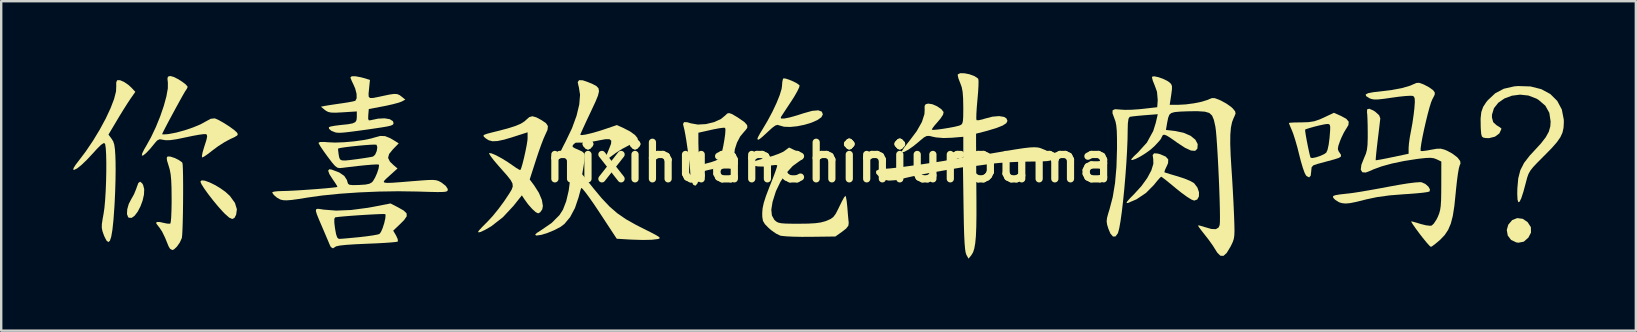
<source format=kicad_pcb>
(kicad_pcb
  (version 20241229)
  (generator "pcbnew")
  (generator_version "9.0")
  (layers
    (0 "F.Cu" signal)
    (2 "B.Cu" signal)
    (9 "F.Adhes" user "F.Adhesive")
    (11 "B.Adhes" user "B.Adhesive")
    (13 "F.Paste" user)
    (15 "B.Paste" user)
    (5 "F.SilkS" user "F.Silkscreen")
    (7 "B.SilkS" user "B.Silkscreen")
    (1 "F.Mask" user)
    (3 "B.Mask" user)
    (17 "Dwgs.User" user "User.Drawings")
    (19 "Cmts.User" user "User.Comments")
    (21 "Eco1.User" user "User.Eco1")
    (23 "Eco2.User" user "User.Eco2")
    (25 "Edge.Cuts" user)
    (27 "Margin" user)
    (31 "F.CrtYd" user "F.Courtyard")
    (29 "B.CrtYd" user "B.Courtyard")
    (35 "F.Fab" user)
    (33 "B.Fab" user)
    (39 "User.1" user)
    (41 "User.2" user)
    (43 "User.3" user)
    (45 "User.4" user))
  (footprint "nixihuanchiniurouma"
    (layer "F.Cu")
    (at 31.497 3.711)
    (property "Reference" "nixihuanchiniurouma" (at 0 0 0) (layer "F.SilkS") (effects (font (size 1.524 1.524) (thickness 0.3))))
    (attr board_only exclude_from_pos_files exclude_from_bom)
    (fp_poly (pts (xy 28.893 2.356) (xy 29.093 2.49) (xy 29.231 2.703) (xy 29.236 2.929) (xy 29.125 3.141) (xy 28.936 3.307) (xy 28.714 3.35) (xy 28.625 3.338) (xy 28.405 3.234) (xy 28.267 3.05) (xy 28.227 2.819) (xy 28.289 2.601) (xy 28.451 2.408) (xy 28.663 2.325)) (stroke (width 0) (type solid)) (fill yes) (layer "F.SilkS"))
    (fp_poly (pts (xy -28.625 0.877) (xy -28.586 0.941) (xy -28.539 1.12) (xy -28.549 1.346) (xy -28.605 1.593) (xy -28.696 1.838) (xy -28.81 2.057) (xy -28.936 2.224) (xy -29.063 2.316) (xy -29.18 2.309) (xy -29.21 2.285) (xy -29.257 2.156) (xy -29.246 1.957) (xy -29.183 1.736) (xy -29.09 1.556) (xy -28.965 1.334) (xy -28.868 1.097) (xy -28.855 1.055) (xy -28.785 0.865) (xy -28.71 0.807)) (stroke (width 0) (type solid)) (fill yes) (layer "F.SilkS"))
    (fp_poly (pts (xy -26.015 0.766) (xy -25.825 0.834) (xy -25.6 0.943) (xy -25.367 1.081) (xy -25.15 1.237) (xy -24.973 1.399) (xy -24.966 1.407) (xy -24.759 1.693) (xy -24.678 1.957) (xy -24.709 2.182) (xy -24.78 2.32) (xy -24.872 2.362) (xy -25.001 2.304) (xy -25.183 2.142) (xy -25.271 2.051) (xy -25.473 1.825) (xy -25.68 1.574) (xy -25.875 1.322) (xy -26.038 1.094) (xy -26.152 0.915) (xy -26.198 0.809) (xy -26.198 0.805) (xy -26.148 0.753)) (stroke (width 0) (type solid)) (fill yes) (layer "F.SilkS"))
    (fp_poly (pts (xy 24.675 0.832) (xy 24.832 0.901) (xy 24.959 1.012) (xy 25.027 1.13) (xy 25.009 1.216) (xy 24.925 1.239) (xy 24.734 1.267) (xy 24.459 1.294) (xy 24.126 1.32) (xy 23.962 1.33) (xy 23.351 1.378) (xy 22.834 1.448) (xy 22.374 1.545) (xy 22.324 1.558) (xy 21.964 1.648) (xy 21.702 1.701) (xy 21.511 1.718) (xy 21.362 1.703) (xy 21.242 1.666) (xy 21.088 1.571) (xy 21.02 1.506) (xy 20.983 1.446) (xy 21.001 1.403) (xy 21.092 1.369) (xy 21.276 1.339) (xy 21.569 1.306) (xy 21.643 1.299) (xy 21.839 1.273) (xy 22.136 1.227) (xy 22.503 1.164) (xy 22.911 1.091) (xy 23.262 1.025) (xy 23.717 0.942) (xy 24.106 0.879) (xy 24.411 0.841) (xy 24.613 0.828)) (stroke (width 0) (type solid)) (fill yes) (layer "F.SilkS"))
    (fp_poly (pts (xy 13.689 -0.364) (xy 13.793 -0.334) (xy 14.019 -0.236) (xy 14.123 -0.119) (xy 14.116 0.036) (xy 14.059 0.165) (xy 13.988 0.315) (xy 13.963 0.407) (xy 13.966 0.416) (xy 14.04 0.443) (xy 14.21 0.496) (xy 14.444 0.565) (xy 14.529 0.59) (xy 14.796 0.677) (xy 15.029 0.773) (xy 15.184 0.859) (xy 15.204 0.876) (xy 15.338 1.052) (xy 15.404 1.246) (xy 15.401 1.423) (xy 15.331 1.551) (xy 15.204 1.596) (xy 15.09 1.553) (xy 14.9 1.435) (xy 14.657 1.257) (xy 14.46 1.099) (xy 14.223 0.903) (xy 14.025 0.744) (xy 13.886 0.637) (xy 13.829 0.6) (xy 13.775 0.647) (xy 13.663 0.774) (xy 13.521 0.949) (xy 13.197 1.276) (xy 12.8 1.543) (xy 12.437 1.697) (xy 12.384 1.696) (xy 12.413 1.632) (xy 12.533 1.496) (xy 12.708 1.319) (xy 13.009 0.988) (xy 13.249 0.655) (xy 13.418 0.34) (xy 13.503 0.065) (xy 13.498 -0.133) (xy 13.474 -0.3) (xy 13.534 -0.374)) (stroke (width 0) (type solid)) (fill yes) (layer "F.SilkS"))
    (fp_poly (pts (xy -27.443 -0.236) (xy -27.271 -0.179) (xy -27.096 -0.093) (xy -26.97 -0.004) (xy -26.949 0.022) (xy -26.936 0.108) (xy -26.927 0.304) (xy -26.921 0.586) (xy -26.918 0.931) (xy -26.918 1.316) (xy -26.921 1.716) (xy -26.926 2.11) (xy -26.934 2.473) (xy -26.944 2.783) (xy -26.956 3.015) (xy -26.97 3.147) (xy -26.973 3.158) (xy -27.054 3.339) (xy -27.173 3.509) (xy -27.295 3.627) (xy -27.368 3.657) (xy -27.464 3.602) (xy -27.521 3.507) (xy -27.668 3.146) (xy -27.792 2.89) (xy -27.907 2.717) (xy -27.941 2.677) (xy -28.038 2.549) (xy -28.021 2.486) (xy -27.889 2.488) (xy -27.756 2.519) (xy -27.583 2.555) (xy -27.465 2.559) (xy -27.451 2.554) (xy -27.432 2.478) (xy -27.415 2.294) (xy -27.404 2.025) (xy -27.397 1.694) (xy -27.397 1.509) (xy -27.401 1.076) (xy -27.414 0.748) (xy -27.438 0.498) (xy -27.476 0.299) (xy -27.522 0.144) (xy -27.587 -0.067) (xy -27.601 -0.186) (xy -27.567 -0.239) (xy -27.557 -0.243)) (stroke (width 0) (type solid)) (fill yes) (layer "F.SilkS"))
    (fp_poly (pts (xy -1.684 -3.445) (xy -1.505 -3.371) (xy -1.343 -3.287) (xy -1.244 -3.212) (xy -1.236 -3.202) (xy -1.253 -3.12) (xy -1.332 -2.956) (xy -1.459 -2.734) (xy -1.579 -2.546) (xy -1.745 -2.295) (xy -1.887 -2.08) (xy -1.986 -1.928) (xy -2.02 -1.874) (xy -2.007 -1.823) (xy -1.881 -1.822) (xy -1.652 -1.867) (xy -1.328 -1.959) (xy -1.075 -2.041) (xy -0.714 -2.142) (xy -0.458 -2.165) (xy -0.309 -2.11) (xy -0.266 -1.995) (xy -0.328 -1.876) (xy -0.494 -1.759) (xy -0.735 -1.653) (xy -1.024 -1.565) (xy -1.331 -1.502) (xy -1.628 -1.472) (xy -1.885 -1.481) (xy -2.071 -1.534) (xy -2.154 -1.559) (xy -2.247 -1.531) (xy -2.377 -1.436) (xy -2.561 -1.268) (xy -2.768 -1.077) (xy -2.898 -0.97) (xy -2.967 -0.937) (xy -2.991 -0.968) (xy -2.992 -0.984) (xy -2.959 -1.066) (xy -2.874 -1.22) (xy -2.79 -1.356) (xy -2.571 -1.725) (xy -2.368 -2.105) (xy -2.195 -2.472) (xy -2.064 -2.797) (xy -1.986 -3.055) (xy -1.969 -3.169) (xy -1.955 -3.352) (xy -1.927 -3.474) (xy -1.917 -3.491) (xy -1.836 -3.492)) (stroke (width 0) (type solid)) (fill yes) (layer "F.SilkS"))
    (fp_poly (pts (xy -29.379 -3.348) (xy -29.191 -3.219) (xy -29.066 -3.103) (xy -28.909 -2.935) (xy -29.11 -2.648) (xy -29.232 -2.464) (xy -29.395 -2.207) (xy -29.573 -1.918) (xy -29.669 -1.757) (xy -30.028 -1.154) (xy -29.892 -0.971) (xy -29.83 -0.869) (xy -29.787 -0.74) (xy -29.76 -0.555) (xy -29.742 -0.287) (xy -29.733 -0.032) (xy -29.73 0.31) (xy -29.735 0.738) (xy -29.749 1.207) (xy -29.77 1.67) (xy -29.78 1.846) (xy -29.819 2.392) (xy -29.863 2.809) (xy -29.913 3.101) (xy -29.969 3.271) (xy -30.035 3.323) (xy -30.111 3.262) (xy -30.198 3.091) (xy -30.226 3.021) (xy -30.28 2.866) (xy -30.306 2.732) (xy -30.304 2.58) (xy -30.273 2.369) (xy -30.231 2.14) (xy -30.196 1.897) (xy -30.167 1.577) (xy -30.144 1.203) (xy -30.128 0.803) (xy -30.119 0.399) (xy -30.118 0.017) (xy -30.125 -0.318) (xy -30.14 -0.581) (xy -30.164 -0.748) (xy -30.178 -0.785) (xy -30.234 -0.797) (xy -30.341 -0.724) (xy -30.51 -0.557) (xy -30.65 -0.402) (xy -30.921 -0.111) (xy -31.155 0.113) (xy -31.339 0.259) (xy -31.461 0.317) (xy -31.497 0.308) (xy -31.481 0.24) (xy -31.397 0.105) (xy -31.305 -0.015) (xy -30.98 -0.443) (xy -30.671 -0.9) (xy -30.388 -1.367) (xy -30.141 -1.825) (xy -29.94 -2.255) (xy -29.794 -2.637) (xy -29.713 -2.952) (xy -29.704 -3.168) (xy -29.705 -3.325) (xy -29.666 -3.418) (xy -29.664 -3.419) (xy -29.549 -3.421)) (stroke (width 0) (type solid)) (fill yes) (layer "F.SilkS"))
    (fp_poly (pts (xy 29.212 -3.16) (xy 29.665 -3.046) (xy 30.041 -2.843) (xy 30.329 -2.557) (xy 30.52 -2.199) (xy 30.602 -1.775) (xy 30.604 -1.663) (xy 30.591 -1.433) (xy 30.547 -1.234) (xy 30.458 -1.041) (xy 30.312 -0.833) (xy 30.093 -0.585) (xy 29.789 -0.275) (xy 29.761 -0.248) (xy 29.507 0.007) (xy 29.329 0.195) (xy 29.21 0.346) (xy 29.132 0.484) (xy 29.077 0.637) (xy 29.026 0.831) (xy 28.919 1.229) (xy 28.83 1.5) (xy 28.758 1.645) (xy 28.706 1.662) (xy 28.674 1.55) (xy 28.663 1.309) (xy 28.668 1.08) (xy 28.705 0.668) (xy 28.792 0.33) (xy 28.947 0.026) (xy 29.188 -0.285) (xy 29.356 -0.465) (xy 29.649 -0.783) (xy 29.851 -1.044) (xy 29.977 -1.272) (xy 30.04 -1.493) (xy 30.054 -1.695) (xy 30 -2.059) (xy 29.834 -2.357) (xy 29.549 -2.601) (xy 29.459 -2.654) (xy 29.127 -2.781) (xy 28.779 -2.818) (xy 28.44 -2.774) (xy 28.13 -2.659) (xy 27.874 -2.482) (xy 27.693 -2.254) (xy 27.61 -1.984) (xy 27.609 -1.867) (xy 27.66 -1.673) (xy 27.798 -1.545) (xy 27.819 -1.533) (xy 27.948 -1.453) (xy 28.006 -1.398) (xy 28.006 -1.395) (xy 27.919 -1.205) (xy 27.736 -1.068) (xy 27.491 -1.006) (xy 27.352 -1.009) (xy 27.25 -1.028) (xy 27.191 -1.075) (xy 27.161 -1.183) (xy 27.145 -1.383) (xy 27.141 -1.463) (xy 27.136 -1.823) (xy 27.166 -2.091) (xy 27.241 -2.306) (xy 27.373 -2.508) (xy 27.436 -2.585) (xy 27.747 -2.876) (xy 28.104 -3.064) (xy 28.534 -3.162) (xy 28.691 -3.176)) (stroke (width 0) (type solid)) (fill yes) (layer "F.SilkS"))
    (fp_poly (pts (xy -17.973 1.872) (xy -17.731 2.009) (xy -17.609 2.126) (xy -17.602 2.248) (xy -17.707 2.401) (xy -17.849 2.546) (xy -18.166 2.849) (xy -18.046 3.052) (xy -17.979 3.198) (xy -17.969 3.294) (xy -17.974 3.301) (xy -18.052 3.319) (xy -18.242 3.338) (xy -18.521 3.358) (xy -18.868 3.377) (xy -19.254 3.393) (xy -19.741 3.415) (xy -20.123 3.44) (xy -20.392 3.469) (xy -20.54 3.501) (xy -20.563 3.514) (xy -20.676 3.585) (xy -20.763 3.532) (xy -20.809 3.441) (xy -20.862 3.314) (xy -20.952 3.102) (xy -21.062 2.843) (xy -21.112 2.726) (xy -21.255 2.394) (xy -21.27 2.357) (xy -20.619 2.357) (xy -20.618 2.525) (xy -20.59 2.753) (xy -20.545 3) (xy -20.496 3.138) (xy -20.434 3.189) (xy -20.414 3.192) (xy -20.305 3.185) (xy -20.096 3.168) (xy -19.82 3.142) (xy -19.577 3.119) (xy -19.27 3.083) (xy -19.005 3.045) (xy -18.815 3.009) (xy -18.739 2.986) (xy -18.674 2.9) (xy -18.603 2.734) (xy -18.539 2.533) (xy -18.495 2.339) (xy -18.484 2.199) (xy -18.497 2.16) (xy -18.569 2.155) (xy -18.745 2.159) (xy -18.998 2.171) (xy -19.301 2.188) (xy -19.624 2.208) (xy -19.941 2.231) (xy -20.223 2.254) (xy -20.443 2.275) (xy -20.572 2.292) (xy -20.584 2.295) (xy -20.619 2.357) (xy -21.27 2.357) (xy -21.347 2.167) (xy -21.388 2.027) (xy -21.376 1.957) (xy -21.311 1.937) (xy -21.191 1.951) (xy -21.071 1.971) (xy -20.544 2.013) (xy -19.923 1.988) (xy -19.23 1.897) (xy -18.996 1.855) (xy -18.278 1.715)) (stroke (width 0) (type solid)) (fill yes) (layer "F.SilkS"))
    (fp_poly (pts (xy -4.058 -2.012) (xy -3.878 -1.908) (xy -3.754 -1.829) (xy -3.53 -1.672) (xy -3.42 -1.548) (xy -3.413 -1.437) (xy -3.503 -1.317) (xy -3.531 -1.29) (xy -3.707 -1.08) (xy -3.845 -0.817) (xy -3.934 -0.541) (xy -3.959 -0.292) (xy -3.921 -0.128) (xy -3.883 -0.038) (xy -3.894 0.029) (xy -3.972 0.084) (xy -4.136 0.136) (xy -4.404 0.195) (xy -4.58 0.229) (xy -4.908 0.293) (xy -5.129 0.343) (xy -5.267 0.391) (xy -5.345 0.451) (xy -5.388 0.533) (xy -5.417 0.652) (xy -5.423 0.677) (xy -5.492 0.885) (xy -5.574 0.975) (xy -5.659 0.942) (xy -5.718 0.832) (xy -5.769 0.639) (xy -5.785 0.498) (xy -5.795 0.329) (xy -5.821 0.072) (xy -5.859 -0.241) (xy -5.905 -0.575) (xy -5.952 -0.896) (xy -5.998 -1.17) (xy -6.01 -1.231) (xy -5.452 -1.231) (xy -5.452 -0.799) (xy -5.441 -0.428) (xy -5.412 -0.145) (xy -5.366 0.035) (xy -5.307 0.1) (xy -5.295 0.098) (xy -5.187 0.067) (xy -5.008 0.019) (xy -4.94 0.002) (xy -4.743 -0.065) (xy -4.592 -0.143) (xy -4.565 -0.165) (xy -4.518 -0.264) (xy -4.464 -0.452) (xy -4.412 -0.691) (xy -4.367 -0.946) (xy -4.335 -1.179) (xy -4.324 -1.355) (xy -4.339 -1.435) (xy -4.417 -1.439) (xy -4.591 -1.416) (xy -4.829 -1.371) (xy -4.914 -1.352) (xy -5.452 -1.231) (xy -6.01 -1.231) (xy -6.036 -1.364) (xy -6.051 -1.421) (xy -6.091 -1.593) (xy -6.05 -1.673) (xy -5.917 -1.669) (xy -5.771 -1.624) (xy -5.476 -1.572) (xy -5.138 -1.591) (xy -4.802 -1.672) (xy -4.511 -1.804) (xy -4.326 -1.957) (xy -4.252 -2.03) (xy -4.173 -2.05)) (stroke (width 0) (type solid)) (fill yes) (layer "F.SilkS"))
    (fp_poly (pts (xy 21.318 -1.932) (xy 21.541 -1.811) (xy 21.642 -1.691) (xy 21.629 -1.55) (xy 21.549 -1.418) (xy 21.443 -1.244) (xy 21.331 -1.012) (xy 21.281 -0.889) (xy 21.209 -0.683) (xy 21.189 -0.555) (xy 21.218 -0.464) (xy 21.245 -0.424) (xy 21.318 -0.313) (xy 21.318 -0.239) (xy 21.228 -0.181) (xy 21.031 -0.118) (xy 20.962 -0.1) (xy 20.701 -0.029) (xy 20.45 0.039) (xy 20.33 0.071) (xy 20.167 0.128) (xy 20.096 0.208) (xy 20.081 0.355) (xy 20.081 0.364) (xy 20.058 0.558) (xy 19.993 0.629) (xy 19.889 0.575) (xy 19.861 0.546) (xy 19.803 0.436) (xy 19.729 0.228) (xy 19.648 -0.046) (xy 19.585 -0.292) (xy 19.502 -0.622) (xy 19.412 -0.936) (xy 19.329 -1.192) (xy 19.282 -1.313) (xy 19.262 -1.361) (xy 19.826 -1.361) (xy 19.829 -1.293) (xy 19.853 -1.131) (xy 19.892 -0.912) (xy 19.939 -0.672) (xy 19.987 -0.448) (xy 20.027 -0.275) (xy 20.054 -0.19) (xy 20.13 -0.177) (xy 20.28 -0.207) (xy 20.458 -0.266) (xy 20.618 -0.34) (xy 20.706 -0.401) (xy 20.759 -0.518) (xy 20.807 -0.736) (xy 20.844 -1.023) (xy 20.846 -1.047) (xy 20.867 -1.316) (xy 20.871 -1.478) (xy 20.853 -1.561) (xy 20.809 -1.592) (xy 20.746 -1.596) (xy 20.625 -1.58) (xy 20.432 -1.539) (xy 20.212 -1.485) (xy 20.009 -1.428) (xy 19.865 -1.38) (xy 19.826 -1.361) (xy 19.262 -1.361) (xy 19.206 -1.491) (xy 19.158 -1.611) (xy 19.15 -1.638) (xy 19.211 -1.649) (xy 19.373 -1.658) (xy 19.604 -1.662) (xy 19.665 -1.662) (xy 19.97 -1.672) (xy 20.206 -1.709) (xy 20.437 -1.788) (xy 20.602 -1.862) (xy 21.024 -2.062)) (stroke (width 0) (type solid)) (fill yes) (layer "F.SilkS"))
    (fp_poly (pts (xy -27.311 -3.556) (xy -27.138 -3.47) (xy -26.958 -3.357) (xy -26.809 -3.243) (xy -26.733 -3.153) (xy -26.73 -3.138) (xy -26.771 -3.047) (xy -26.791 -3.022) (xy -26.839 -2.948) (xy -26.934 -2.784) (xy -27.062 -2.554) (xy -27.211 -2.283) (xy -27.366 -1.996) (xy -27.516 -1.718) (xy -27.645 -1.473) (xy -27.741 -1.285) (xy -27.79 -1.181) (xy -27.794 -1.169) (xy -27.735 -1.161) (xy -27.587 -1.17) (xy -27.511 -1.179) (xy -27.203 -1.237) (xy -26.851 -1.334) (xy -26.498 -1.454) (xy -26.19 -1.582) (xy -25.98 -1.698) (xy -25.767 -1.813) (xy -25.603 -1.829) (xy -25.581 -1.823) (xy -25.419 -1.75) (xy -25.203 -1.627) (xy -24.977 -1.481) (xy -24.785 -1.34) (xy -24.677 -1.241) (xy -24.639 -1.174) (xy -24.667 -1.115) (xy -24.784 -1.045) (xy -24.944 -0.972) (xy -25.189 -0.842) (xy -25.466 -0.665) (xy -25.679 -0.506) (xy -25.872 -0.356) (xy -26.029 -0.247) (xy -26.119 -0.2) (xy -26.123 -0.199) (xy -26.135 -0.257) (xy -26.108 -0.408) (xy -26.045 -0.623) (xy -26.031 -0.668) (xy -25.951 -0.916) (xy -25.918 -1.066) (xy -25.929 -1.144) (xy -25.964 -1.172) (xy -26.063 -1.173) (xy -26.262 -1.147) (xy -26.53 -1.098) (xy -26.797 -1.042) (xy -27.178 -0.963) (xy -27.455 -0.923) (xy -27.647 -0.919) (xy -27.74 -0.935) (xy -27.893 -0.96) (xy -28.001 -0.909) (xy -28.085 -0.813) (xy -28.298 -0.554) (xy -28.467 -0.377) (xy -28.582 -0.285) (xy -28.638 -0.281) (xy -28.624 -0.368) (xy -28.534 -0.55) (xy -28.474 -0.65) (xy -28.258 -1.038) (xy -28.054 -1.467) (xy -27.873 -1.912) (xy -27.724 -2.347) (xy -27.615 -2.744) (xy -27.555 -3.078) (xy -27.553 -3.308) (xy -27.571 -3.484) (xy -27.55 -3.567) (xy -27.477 -3.59) (xy -27.437 -3.591)) (stroke (width 0) (type solid)) (fill yes) (layer "F.SilkS"))
    (fp_poly (pts (xy -19.509 -3.541) (xy -19.399 -3.511) (xy -19.134 -3.432) (xy -19.174 -3.046) (xy -19.193 -2.849) (xy -19.186 -2.73) (xy -19.13 -2.678) (xy -19.001 -2.68) (xy -18.775 -2.725) (xy -18.618 -2.759) (xy -18.328 -2.82) (xy -18.134 -2.848) (xy -18.003 -2.841) (xy -17.902 -2.8) (xy -17.815 -2.735) (xy -17.662 -2.611) (xy -17.813 -2.53) (xy -17.944 -2.482) (xy -18.168 -2.422) (xy -18.444 -2.359) (xy -18.573 -2.334) (xy -19.183 -2.218) (xy -19.204 -1.967) (xy -19.209 -1.806) (xy -19.177 -1.746) (xy -19.104 -1.753) (xy -18.798 -1.818) (xy -18.525 -1.832) (xy -18.311 -1.796) (xy -18.18 -1.715) (xy -18.152 -1.636) (xy -18.161 -1.592) (xy -18.198 -1.556) (xy -18.282 -1.523) (xy -18.432 -1.489) (xy -18.666 -1.45) (xy -19.004 -1.4) (xy -19.249 -1.364) (xy -19.678 -1.305) (xy -19.996 -1.264) (xy -20.224 -1.239) (xy -20.384 -1.229) (xy -20.496 -1.232) (xy -20.579 -1.246) (xy -20.738 -1.309) (xy -20.838 -1.393) (xy -20.847 -1.461) (xy -20.77 -1.491) (xy -20.597 -1.523) (xy -20.365 -1.552) (xy -20.354 -1.553) (xy -20.05 -1.585) (xy -19.854 -1.622) (xy -19.743 -1.675) (xy -19.694 -1.758) (xy -19.682 -1.881) (xy -19.682 -1.898) (xy -19.682 -2.119) (xy -20.263 -2.082) (xy -20.552 -2.067) (xy -20.743 -2.07) (xy -20.87 -2.095) (xy -20.967 -2.146) (xy -21.012 -2.18) (xy -21.178 -2.316) (xy -21.012 -2.349) (xy -20.866 -2.374) (xy -20.635 -2.409) (xy -20.365 -2.449) (xy -20.323 -2.454) (xy -20.07 -2.493) (xy -19.867 -2.53) (xy -19.752 -2.559) (xy -19.742 -2.564) (xy -19.688 -2.668) (xy -19.692 -2.852) (xy -19.75 -3.075) (xy -19.815 -3.225) (xy -19.896 -3.395) (xy -19.943 -3.515) (xy -19.948 -3.538) (xy -19.89 -3.583) (xy -19.734 -3.583)) (stroke (width 0) (type solid)) (fill yes) (layer "F.SilkS"))
    (fp_poly (pts (xy -12.205 -1.873) (xy -11.991 -1.759) (xy -11.801 -1.63) (xy -11.72 -1.507) (xy -11.737 -1.352) (xy -11.832 -1.144) (xy -11.903 -0.984) (xy -12 -0.732) (xy -12.11 -0.423) (xy -12.22 -0.091) (xy -12.479 0.715) (xy -12.292 0.965) (xy -12.096 1.274) (xy -11.972 1.568) (xy -11.93 1.818) (xy -11.957 1.963) (xy -12.044 2.085) (xy -12.127 2.128) (xy -12.229 2.077) (xy -12.378 1.942) (xy -12.545 1.752) (xy -12.703 1.535) (xy -12.806 1.377) (xy -13.155 1.816) (xy -13.594 2.287) (xy -14.077 2.664) (xy -14.342 2.817) (xy -14.519 2.901) (xy -14.606 2.922) (xy -14.628 2.891) (xy -14.584 2.831) (xy -14.466 2.704) (xy -14.298 2.533) (xy -14.239 2.475) (xy -14.02 2.239) (xy -13.777 1.94) (xy -13.55 1.632) (xy -13.481 1.53) (xy -13.333 1.307) (xy -13.233 1.142) (xy -13.185 1.01) (xy -13.196 0.885) (xy -13.27 0.744) (xy -13.413 0.562) (xy -13.63 0.315) (xy -13.791 0.133) (xy -13.97 -0.077) (xy -14.1 -0.248) (xy -14.167 -0.357) (xy -14.169 -0.386) (xy -14.063 -0.369) (xy -13.879 -0.29) (xy -13.646 -0.165) (xy -13.393 -0.009) (xy -13.212 0.116) (xy -13.039 0.236) (xy -12.913 0.31) (xy -12.868 0.323) (xy -12.829 0.235) (xy -12.775 0.052) (xy -12.715 -0.19) (xy -12.656 -0.455) (xy -12.606 -0.707) (xy -12.574 -0.91) (xy -12.567 -1.003) (xy -12.567 -1.249) (xy -13.165 -1.057) (xy -13.542 -0.944) (xy -13.822 -0.885) (xy -14.029 -0.876) (xy -14.188 -0.918) (xy -14.305 -0.992) (xy -14.383 -1.059) (xy -14.41 -1.107) (xy -14.369 -1.148) (xy -14.244 -1.192) (xy -14.017 -1.251) (xy -13.83 -1.297) (xy -13.398 -1.41) (xy -13.078 -1.511) (xy -12.849 -1.608) (xy -12.691 -1.709) (xy -12.631 -1.764) (xy -12.498 -1.881) (xy -12.368 -1.918)) (stroke (width 0) (type solid)) (fill yes) (layer "F.SilkS"))
    (fp_poly (pts (xy -1.368 -0.468) (xy -1.158 -0.343) (xy -1.077 -0.232) (xy -1.123 -0.126) (xy -1.255 -0.038) (xy -1.523 0.157) (xy -1.79 0.448) (xy -2.028 0.803) (xy -2.214 1.188) (xy -2.229 1.228) (xy -2.361 1.646) (xy -2.414 1.97) (xy -2.389 2.216) (xy -2.288 2.396) (xy -2.274 2.41) (xy -2.203 2.472) (xy -2.12 2.514) (xy -1.999 2.54) (xy -1.814 2.554) (xy -1.541 2.559) (xy -1.278 2.56) (xy -0.877 2.555) (xy -0.579 2.538) (xy -0.353 2.507) (xy -0.167 2.457) (xy -0.115 2.438) (xy 0.053 2.364) (xy 0.171 2.278) (xy 0.269 2.147) (xy 0.378 1.936) (xy 0.416 1.856) (xy 0.523 1.637) (xy 0.612 1.475) (xy 0.668 1.399) (xy 0.673 1.396) (xy 0.699 1.457) (xy 0.727 1.618) (xy 0.751 1.845) (xy 0.754 1.878) (xy 0.775 2.142) (xy 0.796 2.373) (xy 0.811 2.521) (xy 0.811 2.522) (xy 0.796 2.642) (xy 0.704 2.761) (xy 0.543 2.888) (xy 0.255 3.092) (xy -0.787 3.105) (xy -1.163 3.106) (xy -1.509 3.099) (xy -1.794 3.085) (xy -1.989 3.065) (xy -2.044 3.054) (xy -2.217 2.97) (xy -2.42 2.827) (xy -2.526 2.735) (xy -2.682 2.575) (xy -2.761 2.442) (xy -2.789 2.278) (xy -2.792 2.121) (xy -2.777 1.918) (xy -2.727 1.688) (xy -2.635 1.401) (xy -2.493 1.03) (xy -2.466 0.964) (xy -2.347 0.663) (xy -2.251 0.407) (xy -2.188 0.221) (xy -2.166 0.129) (xy -2.167 0.124) (xy -2.241 0.112) (xy -2.4 0.129) (xy -2.498 0.147) (xy -2.741 0.179) (xy -2.971 0.174) (xy -3.152 0.138) (xy -3.25 0.075) (xy -3.257 0.047) (xy -3.196 -0.004) (xy -3.03 -0.072) (xy -2.786 -0.145) (xy -2.665 -0.176) (xy -2.374 -0.258) (xy -2.11 -0.351) (xy -1.917 -0.439) (xy -1.873 -0.468) (xy -1.673 -0.615)) (stroke (width 0) (type solid)) (fill yes) (layer "F.SilkS"))
    (fp_poly (pts (xy -10.271 -3.416) (xy -10.075 -3.35) (xy -9.852 -3.257) (xy -9.699 -3.175) (xy -9.613 -3.082) (xy -9.592 -2.957) (xy -9.634 -2.779) (xy -9.737 -2.528) (xy -9.898 -2.182) (xy -9.943 -2.086) (xy -10.093 -1.769) (xy -10.22 -1.495) (xy -10.314 -1.288) (xy -10.366 -1.168) (xy -10.373 -1.148) (xy -10.314 -1.132) (xy -10.154 -1.154) (xy -9.918 -1.209) (xy -9.629 -1.29) (xy -9.361 -1.376) (xy -8.847 -1.551) (xy -8.57 -1.426) (xy -8.29 -1.28) (xy -8.089 -1.134) (xy -7.987 -1.005) (xy -7.979 -0.964) (xy -8.035 -0.891) (xy -8.181 -0.792) (xy -8.357 -0.701) (xy -8.622 -0.561) (xy -8.89 -0.391) (xy -9.022 -0.293) (xy -9.192 -0.167) (xy -9.284 -0.136) (xy -9.301 -0.206) (xy -9.246 -0.382) (xy -9.17 -0.564) (xy -9.09 -0.771) (xy -9.081 -0.901) (xy -9.155 -0.961) (xy -9.327 -0.961) (xy -9.609 -0.91) (xy -9.671 -0.896) (xy -9.942 -0.846) (xy -10.187 -0.818) (xy -10.357 -0.818) (xy -10.371 -0.821) (xy -10.563 -0.816) (xy -10.642 -0.76) (xy -10.694 -0.688) (xy -10.686 -0.637) (xy -10.595 -0.583) (xy -10.423 -0.509) (xy -10.289 -0.446) (xy -10.212 -0.375) (xy -10.185 -0.263) (xy -10.198 -0.08) (xy -10.236 0.166) (xy -10.291 0.499) (xy -9.831 1.076) (xy -9.474 1.505) (xy -9.151 1.846) (xy -8.827 2.126) (xy -8.47 2.372) (xy -8.047 2.61) (xy -7.794 2.739) (xy -7.464 2.903) (xy -7.241 3.019) (xy -7.111 3.097) (xy -7.06 3.146) (xy -7.076 3.177) (xy -7.143 3.198) (xy -7.148 3.199) (xy -7.396 3.228) (xy -7.761 3.236) (xy -8.23 3.222) (xy -8.466 3.209) (xy -8.853 3.185) (xy -9.578 2.081) (xy -9.808 1.737) (xy -10.009 1.451) (xy -10.17 1.235) (xy -10.281 1.103) (xy -10.333 1.068) (xy -10.335 1.071) (xy -10.37 1.189) (xy -10.421 1.378) (xy -10.443 1.461) (xy -10.594 1.906) (xy -10.795 2.284) (xy -11.033 2.569) (xy -11.194 2.691) (xy -11.465 2.831) (xy -11.745 2.947) (xy -11.997 3.024) (xy -12.182 3.05) (xy -12.215 3.047) (xy -12.251 3.013) (xy -12.179 2.941) (xy -12.015 2.837) (xy -11.565 2.528) (xy -11.24 2.202) (xy -11.095 1.977) (xy -10.958 1.623) (xy -10.854 1.178) (xy -10.79 0.685) (xy -10.773 0.291) (xy -10.784 -0.041) (xy -10.821 -0.251) (xy -10.891 -0.349) (xy -10.999 -0.346) (xy -11.096 -0.291) (xy -11.216 -0.224) (xy -11.278 -0.218) (xy -11.262 -0.286) (xy -11.193 -0.445) (xy -11.084 -0.67) (xy -10.978 -0.873) (xy -10.716 -1.421) (xy -10.527 -1.939) (xy -10.414 -2.409) (xy -10.381 -2.815) (xy -10.433 -3.141) (xy -10.442 -3.165) (xy -10.479 -3.337) (xy -10.424 -3.42)) (stroke (width 0) (type solid)) (fill yes) (layer "F.SilkS"))
    (fp_poly (pts (xy -18.507 -1.091) (xy -18.294 -1.006) (xy -18.16 -0.928) (xy -17.935 -0.789) (xy -18.179 -0.539) (xy -18.337 -0.344) (xy -18.379 -0.183) (xy -18.302 -0.027) (xy -18.159 0.112) (xy -17.986 0.258) (xy -18.319 0.558) (xy -18.446 0.673) (xy -18.531 0.758) (xy -18.561 0.815) (xy -18.522 0.848) (xy -18.403 0.859) (xy -18.191 0.852) (xy -17.873 0.829) (xy -17.438 0.793) (xy -17.349 0.786) (xy -16.971 0.756) (xy -16.701 0.738) (xy -16.513 0.735) (xy -16.382 0.747) (xy -16.284 0.776) (xy -16.192 0.823) (xy -16.136 0.858) (xy -15.975 0.985) (xy -15.895 1.109) (xy -15.892 1.134) (xy -15.898 1.177) (xy -15.927 1.208) (xy -15.998 1.228) (xy -16.127 1.238) (xy -16.331 1.24) (xy -16.629 1.234) (xy -17.037 1.222) (xy -17.18 1.218) (xy -17.955 1.207) (xy -18.772 1.22) (xy -19.596 1.255) (xy -20.392 1.31) (xy -21.124 1.384) (xy -21.733 1.469) (xy -22.121 1.532) (xy -22.403 1.57) (xy -22.603 1.585) (xy -22.746 1.58) (xy -22.856 1.555) (xy -22.873 1.549) (xy -23.01 1.472) (xy -23.136 1.364) (xy -23.204 1.267) (xy -23.206 1.253) (xy -23.145 1.225) (xy -22.986 1.205) (xy -22.762 1.197) (xy -22.757 1.197) (xy -22.566 1.192) (xy -22.297 1.179) (xy -21.978 1.16) (xy -21.635 1.136) (xy -21.294 1.111) (xy -20.983 1.085) (xy -20.728 1.06) (xy -20.554 1.04) (xy -20.491 1.026) (xy -20.514 0.968) (xy -20.597 0.838) (xy -20.674 0.728) (xy -20.823 0.496) (xy -20.876 0.35) (xy -20.83 0.29) (xy -20.729 0.304) (xy -20.411 0.426) (xy -20.205 0.567) (xy -20.093 0.741) (xy -20.069 0.831) (xy -20.042 0.901) (xy -19.977 0.939) (xy -19.842 0.951) (xy -19.608 0.946) (xy -19.58 0.945) (xy -19.32 0.928) (xy -19.156 0.894) (xy -19.053 0.835) (xy -19.006 0.782) (xy -18.92 0.637) (xy -18.838 0.451) (xy -18.778 0.27) (xy -18.755 0.136) (xy -18.765 0.097) (xy -18.843 0.089) (xy -19.031 0.098) (xy -19.305 0.12) (xy -19.644 0.155) (xy -20.025 0.199) (xy -20.286 0.232) (xy -20.402 0.242) (xy -20.493 0.223) (xy -20.586 0.155) (xy -20.704 0.021) (xy -20.872 -0.2) (xy -20.902 -0.239) (xy -21.065 -0.465) (xy -21.137 -0.572) (xy -20.461 -0.572) (xy -20.461 -0.504) (xy -20.442 -0.355) (xy -20.436 -0.312) (xy -20.413 -0.194) (xy -20.377 -0.118) (xy -20.302 -0.08) (xy -20.166 -0.074) (xy -19.944 -0.096) (xy -19.637 -0.136) (xy -19.374 -0.174) (xy -19.154 -0.209) (xy -19.018 -0.236) (xy -19.005 -0.239) (xy -18.917 -0.32) (xy -18.852 -0.469) (xy -18.828 -0.626) (xy -18.86 -0.73) (xy -18.938 -0.737) (xy -19.114 -0.731) (xy -19.358 -0.713) (xy -19.637 -0.688) (xy -19.919 -0.658) (xy -20.171 -0.627) (xy -20.361 -0.598) (xy -20.457 -0.574) (xy -20.461 -0.572) (xy -21.137 -0.572) (xy -21.192 -0.653) (xy -21.266 -0.779) (xy -21.277 -0.81) (xy -21.215 -0.845) (xy -21.037 -0.847) (xy -20.895 -0.835) (xy -20.588 -0.821) (xy -20.207 -0.835) (xy -19.799 -0.871) (xy -19.409 -0.925) (xy -19.081 -0.992) (xy -18.947 -1.032) (xy -18.706 -1.097)) (stroke (width 0) (type solid)) (fill yes) (layer "F.SilkS"))
    (fp_poly (pts (xy 24.725 -3.259) (xy 24.795 -3.228) (xy 24.987 -3.126) (xy 25.139 -3.019) (xy 25.168 -2.991) (xy 25.227 -2.907) (xy 25.224 -2.817) (xy 25.154 -2.676) (xy 25.129 -2.633) (xy 25.075 -2.503) (xy 25.007 -2.284) (xy 24.931 -2.002) (xy 24.853 -1.682) (xy 24.778 -1.354) (xy 24.713 -1.042) (xy 24.664 -0.774) (xy 24.637 -0.576) (xy 24.638 -0.476) (xy 24.642 -0.47) (xy 24.718 -0.467) (xy 24.885 -0.488) (xy 25.07 -0.522) (xy 25.308 -0.564) (xy 25.475 -0.567) (xy 25.628 -0.528) (xy 25.75 -0.477) (xy 25.962 -0.36) (xy 26.147 -0.221) (xy 26.187 -0.182) (xy 26.287 -0.05) (xy 26.298 0.055) (xy 26.264 0.133) (xy 26.231 0.249) (xy 26.192 0.47) (xy 26.152 0.769) (xy 26.114 1.119) (xy 26.097 1.296) (xy 26.043 1.819) (xy 25.979 2.231) (xy 25.895 2.555) (xy 25.785 2.813) (xy 25.642 3.029) (xy 25.456 3.224) (xy 25.415 3.261) (xy 25.247 3.401) (xy 25.118 3.497) (xy 25.064 3.524) (xy 25.004 3.474) (xy 24.885 3.341) (xy 24.725 3.145) (xy 24.606 2.992) (xy 24.441 2.77) (xy 24.318 2.594) (xy 24.251 2.485) (xy 24.246 2.46) (xy 24.33 2.479) (xy 24.498 2.526) (xy 24.639 2.57) (xy 24.854 2.624) (xy 25.029 2.645) (xy 25.097 2.637) (xy 25.186 2.555) (xy 25.293 2.393) (xy 25.352 2.278) (xy 25.409 2.138) (xy 25.449 1.994) (xy 25.475 1.818) (xy 25.49 1.584) (xy 25.496 1.263) (xy 25.498 0.965) (xy 25.5 -0.031) (xy 25.304 -0.125) (xy 25.189 -0.168) (xy 25.052 -0.186) (xy 24.861 -0.18) (xy 24.581 -0.15) (xy 24.474 -0.136) (xy 23.943 -0.053) (xy 23.447 0.051) (xy 23.015 0.169) (xy 22.676 0.293) (xy 22.583 0.337) (xy 22.353 0.427) (xy 22.206 0.415) (xy 22.144 0.305) (xy 22.17 0.103) (xy 22.286 -0.189) (xy 22.289 -0.195) (xy 22.357 -0.355) (xy 22.401 -0.52) (xy 22.425 -0.726) (xy 22.434 -1.008) (xy 22.434 -1.23) (xy 22.431 -1.54) (xy 22.423 -1.81) (xy 22.413 -2.007) (xy 22.403 -2.087) (xy 22.41 -2.207) (xy 22.5 -2.231) (xy 22.669 -2.157) (xy 22.745 -2.108) (xy 22.909 -1.96) (xy 22.958 -1.826) (xy 22.958 -1.824) (xy 22.944 -1.71) (xy 22.919 -1.495) (xy 22.885 -1.21) (xy 22.847 -0.898) (xy 22.811 -0.589) (xy 22.784 -0.333) (xy 22.768 -0.157) (xy 22.766 -0.085) (xy 22.766 -0.085) (xy 22.833 -0.092) (xy 23.002 -0.121) (xy 23.246 -0.169) (xy 23.459 -0.213) (xy 24.137 -0.356) (xy 24.137 -0.593) (xy 24.151 -0.782) (xy 24.187 -1.042) (xy 24.235 -1.297) (xy 24.295 -1.625) (xy 24.348 -1.992) (xy 24.377 -2.243) (xy 24.396 -2.497) (xy 24.392 -2.65) (xy 24.363 -2.73) (xy 24.312 -2.765) (xy 24.205 -2.772) (xy 23.998 -2.76) (xy 23.722 -2.731) (xy 23.446 -2.693) (xy 23.106 -2.644) (xy 22.869 -2.619) (xy 22.706 -2.616) (xy 22.589 -2.636) (xy 22.506 -2.669) (xy 22.368 -2.756) (xy 22.348 -2.825) (xy 22.451 -2.879) (xy 22.68 -2.922) (xy 22.852 -2.94) (xy 23.41 -3.007) (xy 23.866 -3.092) (xy 24.205 -3.193) (xy 24.314 -3.241) (xy 24.457 -3.304) (xy 24.573 -3.311)) (stroke (width 0) (type solid)) (fill yes) (layer "F.SilkS"))
    (fp_poly (pts (xy 5.63 -3.709) (xy 5.838 -3.668) (xy 6.035 -3.597) (xy 6.178 -3.507) (xy 6.21 -3.469) (xy 6.22 -3.38) (xy 6.217 -3.187) (xy 6.201 -2.918) (xy 6.174 -2.602) (xy 6.173 -2.598) (xy 6.146 -2.285) (xy 6.13 -2.022) (xy 6.126 -1.837) (xy 6.135 -1.755) (xy 6.136 -1.755) (xy 6.217 -1.751) (xy 6.378 -1.786) (xy 6.491 -1.821) (xy 6.802 -1.901) (xy 7.078 -1.924) (xy 7.287 -1.89) (xy 7.381 -1.829) (xy 7.425 -1.726) (xy 7.376 -1.628) (xy 7.224 -1.53) (xy 6.961 -1.426) (xy 6.578 -1.311) (xy 6.4 -1.264) (xy 6.117 -1.192) (xy 6.117 -0.729) (xy 6.12 -0.5) (xy 6.127 -0.335) (xy 6.137 -0.266) (xy 6.138 -0.266) (xy 6.207 -0.277) (xy 6.386 -0.306) (xy 6.653 -0.351) (xy 6.988 -0.408) (xy 7.337 -0.467) (xy 7.781 -0.541) (xy 8.117 -0.591) (xy 8.365 -0.619) (xy 8.548 -0.627) (xy 8.688 -0.617) (xy 8.783 -0.597) (xy 9.025 -0.499) (xy 9.205 -0.364) (xy 9.293 -0.217) (xy 9.296 -0.147) (xy 9.273 -0.103) (xy 9.211 -0.072) (xy 9.09 -0.051) (xy 8.891 -0.039) (xy 8.592 -0.032) (xy 8.311 -0.029) (xy 7.899 -0.02) (xy 7.471 -0.000122) (xy 7.075 0.028) (xy 6.759 0.06) (xy 6.734 0.064) (xy 6.122 0.15) (xy 6.132 1.588) (xy 6.133 2.197) (xy 6.126 2.688) (xy 6.11 3.075) (xy 6.082 3.372) (xy 6.043 3.593) (xy 5.991 3.753) (xy 5.923 3.866) (xy 5.921 3.87) (xy 5.803 4.015) (xy 5.713 3.853) (xy 5.683 3.761) (xy 5.658 3.599) (xy 5.638 3.354) (xy 5.621 3.014) (xy 5.608 2.566) (xy 5.598 1.998) (xy 5.597 1.948) (xy 5.571 0.206) (xy 5.395 0.235) (xy 4.765 0.342) (xy 4.249 0.433) (xy 3.829 0.512) (xy 3.487 0.582) (xy 3.204 0.646) (xy 3.1 0.672) (xy 2.745 0.747) (xy 2.479 0.764) (xy 2.271 0.72) (xy 2.092 0.613) (xy 2.078 0.601) (xy 1.952 0.462) (xy 1.953 0.358) (xy 2.08 0.293) (xy 2.331 0.266) (xy 2.383 0.266) (xy 2.529 0.256) (xy 2.781 0.228) (xy 3.111 0.187) (xy 3.493 0.135) (xy 3.9 0.078) (xy 4.306 0.017) (xy 4.685 -0.042) (xy 5.009 -0.096) (xy 5.236 -0.139) (xy 5.585 -0.209) (xy 5.585 -1.062) (xy 5.103 -1.022) (xy 4.755 -1.011) (xy 4.451 -1.036) (xy 4.336 -1.059) (xy 4.176 -1.098) (xy 4.062 -1.096) (xy 3.95 -1.039) (xy 3.796 -0.913) (xy 3.737 -0.861) (xy 3.503 -0.67) (xy 3.289 -0.522) (xy 3.121 -0.433) (xy 3.021 -0.417) (xy 3.013 -0.423) (xy 3.037 -0.485) (xy 3.129 -0.622) (xy 3.272 -0.807) (xy 3.32 -0.865) (xy 3.643 -1.295) (xy 3.86 -1.678) (xy 3.966 -2.007) (xy 3.975 -2.18) (xy 3.973 -2.345) (xy 4.017 -2.419) (xy 4.123 -2.445) (xy 4.296 -2.419) (xy 4.497 -2.331) (xy 4.672 -2.21) (xy 4.764 -2.093) (xy 4.742 -1.984) (xy 4.629 -1.813) (xy 4.523 -1.689) (xy 4.382 -1.527) (xy 4.292 -1.406) (xy 4.274 -1.356) (xy 4.351 -1.35) (xy 4.521 -1.365) (xy 4.747 -1.396) (xy 4.993 -1.436) (xy 5.22 -1.479) (xy 5.391 -1.521) (xy 5.435 -1.535) (xy 5.501 -1.568) (xy 5.544 -1.622) (xy 5.569 -1.722) (xy 5.581 -1.894) (xy 5.584 -2.164) (xy 5.584 -2.309) (xy 5.577 -2.67) (xy 5.557 -2.934) (xy 5.518 -3.134) (xy 5.455 -3.307) (xy 5.451 -3.315) (xy 5.381 -3.496) (xy 5.352 -3.63) (xy 5.357 -3.664) (xy 5.456 -3.711)) (stroke (width 0) (type solid)) (fill yes) (layer "F.SilkS"))
    (fp_poly (pts (xy 13.712 -3.546) (xy 13.906 -3.478) (xy 14.084 -3.391) (xy 14.163 -3.338) (xy 14.242 -3.262) (xy 14.278 -3.175) (xy 14.277 -3.035) (xy 14.247 -2.807) (xy 14.184 -2.394) (xy 14.527 -2.394) (xy 14.85 -2.411) (xy 15.195 -2.457) (xy 15.517 -2.523) (xy 15.768 -2.601) (xy 15.829 -2.629) (xy 15.946 -2.675) (xy 16.062 -2.671) (xy 16.225 -2.612) (xy 16.329 -2.565) (xy 16.55 -2.443) (xy 16.742 -2.307) (xy 16.811 -2.243) (xy 16.909 -2.124) (xy 16.928 -2.03) (xy 16.874 -1.897) (xy 16.854 -1.858) (xy 16.782 -1.676) (xy 16.734 -1.444) (xy 16.709 -1.144) (xy 16.706 -0.76) (xy 16.724 -0.276) (xy 16.753 0.199) (xy 16.784 0.667) (xy 16.814 1.181) (xy 16.841 1.687) (xy 16.861 2.13) (xy 16.865 2.227) (xy 16.878 2.597) (xy 16.883 2.863) (xy 16.875 3.053) (xy 16.853 3.196) (xy 16.811 3.321) (xy 16.747 3.456) (xy 16.712 3.524) (xy 16.56 3.775) (xy 16.424 3.898) (xy 16.295 3.893) (xy 16.165 3.764) (xy 16.102 3.663) (xy 15.979 3.468) (xy 15.809 3.23) (xy 15.656 3.033) (xy 15.51 2.848) (xy 15.404 2.706) (xy 15.36 2.635) (xy 15.36 2.634) (xy 15.415 2.633) (xy 15.555 2.67) (xy 15.634 2.696) (xy 15.918 2.778) (xy 16.107 2.786) (xy 16.221 2.717) (xy 16.266 2.614) (xy 16.276 2.495) (xy 16.278 2.265) (xy 16.274 1.945) (xy 16.264 1.557) (xy 16.249 1.12) (xy 16.23 0.657) (xy 16.208 0.189) (xy 16.184 -0.263) (xy 16.159 -0.678) (xy 16.134 -1.034) (xy 16.11 -1.31) (xy 16.087 -1.485) (xy 16.086 -1.489) (xy 16.025 -1.765) (xy 15.949 -1.947) (xy 15.832 -2.056) (xy 15.648 -2.109) (xy 15.369 -2.127) (xy 15.2 -2.128) (xy 14.9 -2.123) (xy 14.627 -2.112) (xy 14.426 -2.095) (xy 14.373 -2.087) (xy 14.249 -2.051) (xy 14.171 -1.984) (xy 14.12 -1.854) (xy 14.074 -1.628) (xy 14.068 -1.588) (xy 14.027 -1.348) (xy 14.405 -1.304) (xy 14.763 -1.229) (xy 15.051 -1.105) (xy 15.252 -0.943) (xy 15.351 -0.756) (xy 15.336 -0.565) (xy 15.243 -0.476) (xy 15.071 -0.489) (xy 14.82 -0.605) (xy 14.486 -0.824) (xy 14.464 -0.841) (xy 14.214 -1.017) (xy 14.048 -1.118) (xy 13.948 -1.151) (xy 13.894 -1.128) (xy 13.891 -1.123) (xy 13.839 -1.024) (xy 13.831 -0.997) (xy 13.788 -0.935) (xy 13.677 -0.808) (xy 13.548 -0.671) (xy 13.383 -0.524) (xy 13.178 -0.376) (xy 12.964 -0.243) (xy 12.77 -0.143) (xy 12.629 -0.095) (xy 12.576 -0.102) (xy 12.606 -0.157) (xy 12.714 -0.272) (xy 12.857 -0.405) (xy 13.234 -0.821) (xy 13.497 -1.303) (xy 13.603 -1.64) (xy 13.687 -2.003) (xy 13.144 -1.961) (xy 12.88 -1.938) (xy 12.664 -1.915) (xy 12.533 -1.896) (xy 12.517 -1.892) (xy 12.467 -1.814) (xy 12.44 -1.614) (xy 12.434 -1.382) (xy 12.427 -0.956) (xy 12.407 -0.474) (xy 12.377 0.043) (xy 12.338 0.575) (xy 12.293 1.101) (xy 12.243 1.601) (xy 12.19 2.055) (xy 12.136 2.442) (xy 12.083 2.742) (xy 12.033 2.934) (xy 12.023 2.959) (xy 11.926 3.09) (xy 11.821 3.093) (xy 11.715 2.972) (xy 11.629 2.769) (xy 11.576 2.596) (xy 11.557 2.459) (xy 11.574 2.311) (xy 11.63 2.107) (xy 11.674 1.968) (xy 11.811 1.446) (xy 11.907 0.863) (xy 11.966 0.197) (xy 11.989 -0.575) (xy 11.989 -0.598) (xy 11.988 -1.008) (xy 11.979 -1.311) (xy 11.959 -1.532) (xy 11.926 -1.697) (xy 11.88 -1.825) (xy 11.8 -2.042) (xy 11.805 -2.166) (xy 11.906 -2.212) (xy 12.112 -2.198) (xy 12.119 -2.197) (xy 12.319 -2.184) (xy 12.602 -2.189) (xy 12.918 -2.211) (xy 13.039 -2.223) (xy 13.664 -2.294) (xy 13.685 -2.591) (xy 13.655 -2.938) (xy 13.558 -3.206) (xy 13.482 -3.392) (xy 13.447 -3.527) (xy 13.453 -3.568) (xy 13.546 -3.581)) (stroke (width 0) (type solid)) (fill yes) (layer "F.SilkS")))
  (gr_rect
    (start -3 -3)
    (end 65.101 10.726)
    (stroke (width 0.1) (type default))
    (fill no)
    (layer "Edge.Cuts")))
</source>
